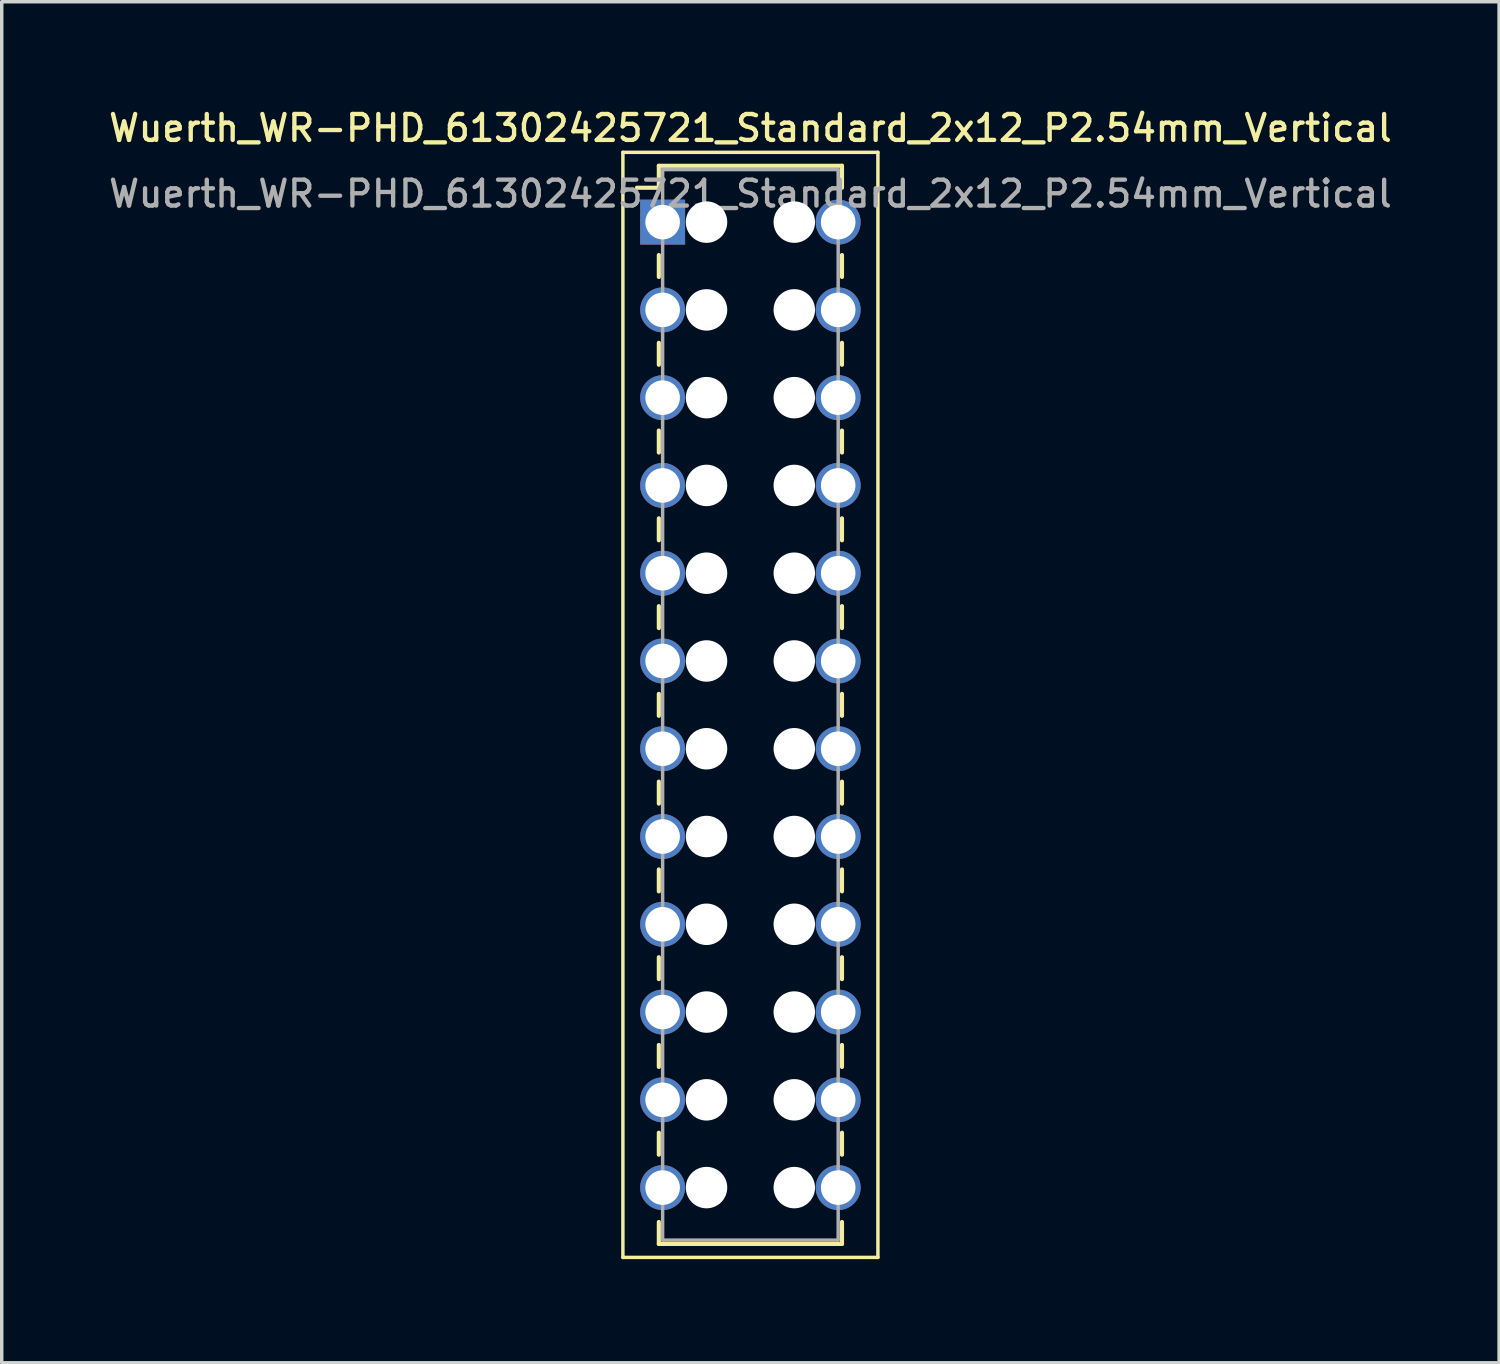
<source format=kicad_pcb>
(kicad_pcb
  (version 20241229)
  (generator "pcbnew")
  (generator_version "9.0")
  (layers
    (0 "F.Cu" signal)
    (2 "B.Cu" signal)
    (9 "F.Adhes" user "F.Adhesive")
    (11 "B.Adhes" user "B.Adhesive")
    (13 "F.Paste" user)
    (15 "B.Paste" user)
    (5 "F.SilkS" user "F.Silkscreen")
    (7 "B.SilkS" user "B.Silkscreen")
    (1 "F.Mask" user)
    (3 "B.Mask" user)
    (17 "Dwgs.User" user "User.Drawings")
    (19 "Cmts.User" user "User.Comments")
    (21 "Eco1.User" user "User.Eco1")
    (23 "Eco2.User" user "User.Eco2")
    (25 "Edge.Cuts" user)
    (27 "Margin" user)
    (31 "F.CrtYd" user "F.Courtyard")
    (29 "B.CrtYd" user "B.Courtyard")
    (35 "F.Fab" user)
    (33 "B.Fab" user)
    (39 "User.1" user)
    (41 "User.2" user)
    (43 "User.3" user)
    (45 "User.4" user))
  (footprint "Wuerth_WR-PHD_61302425721_Standard_2x12_P2.54mm_Vertical"
    (layer "F.Cu")
    (at 16.126 3.378)
    (property "Reference" "Wuerth_WR-PHD_61302425721_Standard_2x12_P2.54mm_Vertical" (at 2.54 -2.72 0) (layer "F.SilkS") (effects (font (size 0.75 0.75) (thickness 0.125))))
    (attr through_hole)
    (fp_line (start -1.15 -2.02) (end -1.15 29.96) (stroke (width 0.1) (type solid)) (layer "F.SilkS"))
    (fp_line (start -1.15 29.96) (end 6.23 29.96) (stroke (width 0.1) (type solid)) (layer "F.SilkS"))
    (fp_line (start -0.11 -1.63) (end -0.11 -0.995) (stroke (width 0.12) (type solid)) (layer "F.SilkS"))
    (fp_line (start -0.11 -1.63) (end 5.19 -1.63) (stroke (width 0.12) (type solid)) (layer "F.SilkS"))
    (fp_line (start -0.11 -0.995) (end -0.745 -0.995) (stroke (width 0.12) (type solid)) (layer "F.SilkS"))
    (fp_line (start -0.11 0.953) (end -0.11 1.587) (stroke (width 0.12) (type solid)) (layer "F.SilkS"))
    (fp_line (start -0.11 3.493) (end -0.11 4.128) (stroke (width 0.12) (type solid)) (layer "F.SilkS"))
    (fp_line (start -0.11 6.032) (end -0.11 6.668) (stroke (width 0.12) (type solid)) (layer "F.SilkS"))
    (fp_line (start -0.11 8.572) (end -0.11 9.207) (stroke (width 0.12) (type solid)) (layer "F.SilkS"))
    (fp_line (start -0.11 11.113) (end -0.11 11.748) (stroke (width 0.12) (type solid)) (layer "F.SilkS"))
    (fp_line (start -0.11 13.652) (end -0.11 14.287) (stroke (width 0.12) (type solid)) (layer "F.SilkS"))
    (fp_line (start -0.11 16.192) (end -0.11 16.828) (stroke (width 0.12) (type solid)) (layer "F.SilkS"))
    (fp_line (start -0.11 18.733) (end -0.11 19.367) (stroke (width 0.12) (type solid)) (layer "F.SilkS"))
    (fp_line (start -0.11 21.273) (end -0.11 21.907) (stroke (width 0.12) (type solid)) (layer "F.SilkS"))
    (fp_line (start -0.11 23.812) (end -0.11 24.448) (stroke (width 0.12) (type solid)) (layer "F.SilkS"))
    (fp_line (start -0.11 26.352) (end -0.11 26.988) (stroke (width 0.12) (type solid)) (layer "F.SilkS"))
    (fp_line (start -0.11 29.57) (end -0.11 28.935) (stroke (width 0.12) (type solid)) (layer "F.SilkS"))
    (fp_line (start -0.11 29.57) (end 5.19 29.57) (stroke (width 0.12) (type solid)) (layer "F.SilkS"))
    (fp_line (start 5.19 -1.63) (end 5.19 -0.995) (stroke (width 0.12) (type solid)) (layer "F.SilkS"))
    (fp_line (start 5.19 0.953) (end 5.19 1.587) (stroke (width 0.12) (type solid)) (layer "F.SilkS"))
    (fp_line (start 5.19 3.493) (end 5.19 4.128) (stroke (width 0.12) (type solid)) (layer "F.SilkS"))
    (fp_line (start 5.19 6.032) (end 5.19 6.668) (stroke (width 0.12) (type solid)) (layer "F.SilkS"))
    (fp_line (start 5.19 8.572) (end 5.19 9.207) (stroke (width 0.12) (type solid)) (layer "F.SilkS"))
    (fp_line (start 5.19 11.113) (end 5.19 11.748) (stroke (width 0.12) (type solid)) (layer "F.SilkS"))
    (fp_line (start 5.19 13.652) (end 5.19 14.287) (stroke (width 0.12) (type solid)) (layer "F.SilkS"))
    (fp_line (start 5.19 16.192) (end 5.19 16.828) (stroke (width 0.12) (type solid)) (layer "F.SilkS"))
    (fp_line (start 5.19 18.733) (end 5.19 19.367) (stroke (width 0.12) (type solid)) (layer "F.SilkS"))
    (fp_line (start 5.19 21.273) (end 5.19 21.907) (stroke (width 0.12) (type solid)) (layer "F.SilkS"))
    (fp_line (start 5.19 23.812) (end 5.19 24.448) (stroke (width 0.12) (type solid)) (layer "F.SilkS"))
    (fp_line (start 5.19 26.352) (end 5.19 26.988) (stroke (width 0.12) (type solid)) (layer "F.SilkS"))
    (fp_line (start 5.19 29.57) (end 5.19 28.935) (stroke (width 0.12) (type solid)) (layer "F.SilkS"))
    (fp_line (start 6.23 -2.02) (end -1.15 -2.02) (stroke (width 0.1) (type solid)) (layer "F.SilkS"))
    (fp_line (start 6.23 29.96) (end 6.23 -2.02) (stroke (width 0.1) (type solid)) (layer "F.SilkS"))
    (fp_line (start 0 -1.52) (end 0 29.46) (stroke (width 0.1) (type solid)) (layer "F.Fab"))
    (fp_line (start 0 29.46) (end 5.08 29.46) (stroke (width 0.1) (type solid)) (layer "F.Fab"))
    (fp_line (start 5.08 -1.52) (end 0 -1.52) (stroke (width 0.1) (type solid)) (layer "F.Fab"))
    (fp_line (start 5.08 29.46) (end 5.08 -1.52) (stroke (width 0.1) (type solid)) (layer "F.Fab"))
    (fp_text user "${REFERENCE}" (at 2.54 -0.82 0) (layer "F.Fab") (effects (font (size 0.75 0.75) (thickness 0.125))))
    (pad "" np_thru_hole circle (at 1.27 0) (size 1.2 1.2) (drill 1.2) (layers "*.Cu" "*.Mask"))
    (pad "" np_thru_hole circle (at 1.27 2.54) (size 1.2 1.2) (drill 1.2) (layers "*.Cu" "*.Mask"))
    (pad "" np_thru_hole circle (at 1.27 5.08) (size 1.2 1.2) (drill 1.2) (layers "*.Cu" "*.Mask"))
    (pad "" np_thru_hole circle (at 1.27 7.62) (size 1.2 1.2) (drill 1.2) (layers "*.Cu" "*.Mask"))
    (pad "" np_thru_hole circle (at 1.27 10.16) (size 1.2 1.2) (drill 1.2) (layers "*.Cu" "*.Mask"))
    (pad "" np_thru_hole circle (at 1.27 12.7) (size 1.2 1.2) (drill 1.2) (layers "*.Cu" "*.Mask"))
    (pad "" np_thru_hole circle (at 1.27 15.24) (size 1.2 1.2) (drill 1.2) (layers "*.Cu" "*.Mask"))
    (pad "" np_thru_hole circle (at 1.27 17.78) (size 1.2 1.2) (drill 1.2) (layers "*.Cu" "*.Mask"))
    (pad "" np_thru_hole circle (at 1.27 20.32) (size 1.2 1.2) (drill 1.2) (layers "*.Cu" "*.Mask"))
    (pad "" np_thru_hole circle (at 1.27 22.86) (size 1.2 1.2) (drill 1.2) (layers "*.Cu" "*.Mask"))
    (pad "" np_thru_hole circle (at 1.27 25.4) (size 1.2 1.2) (drill 1.2) (layers "*.Cu" "*.Mask"))
    (pad "" np_thru_hole circle (at 1.27 27.94) (size 1.2 1.2) (drill 1.2) (layers "*.Cu" "*.Mask"))
    (pad "" np_thru_hole circle (at 3.81 0) (size 1.2 1.2) (drill 1.2) (layers "*.Cu" "*.Mask"))
    (pad "" np_thru_hole circle (at 3.81 2.54) (size 1.2 1.2) (drill 1.2) (layers "*.Cu" "*.Mask"))
    (pad "" np_thru_hole circle (at 3.81 5.08) (size 1.2 1.2) (drill 1.2) (layers "*.Cu" "*.Mask"))
    (pad "" np_thru_hole circle (at 3.81 7.62) (size 1.2 1.2) (drill 1.2) (layers "*.Cu" "*.Mask"))
    (pad "" np_thru_hole circle (at 3.81 10.16) (size 1.2 1.2) (drill 1.2) (layers "*.Cu" "*.Mask"))
    (pad "" np_thru_hole circle (at 3.81 12.7) (size 1.2 1.2) (drill 1.2) (layers "*.Cu" "*.Mask"))
    (pad "" np_thru_hole circle (at 3.81 15.24) (size 1.2 1.2) (drill 1.2) (layers "*.Cu" "*.Mask"))
    (pad "" np_thru_hole circle (at 3.81 17.78) (size 1.2 1.2) (drill 1.2) (layers "*.Cu" "*.Mask"))
    (pad "" np_thru_hole circle (at 3.81 20.32) (size 1.2 1.2) (drill 1.2) (layers "*.Cu" "*.Mask"))
    (pad "" np_thru_hole circle (at 3.81 22.86) (size 1.2 1.2) (drill 1.2) (layers "*.Cu" "*.Mask"))
    (pad "" np_thru_hole circle (at 3.81 25.4) (size 1.2 1.2) (drill 1.2) (layers "*.Cu" "*.Mask"))
    (pad "" np_thru_hole circle (at 3.81 27.94) (size 1.2 1.2) (drill 1.2) (layers "*.Cu" "*.Mask"))
    (pad "1" thru_hole rect (at 0 0) (size 1.3 1.3) (drill 1) (layers "*.Cu" "*.Mask"))
    (pad "2" thru_hole circle (at 5.08 0) (size 1.3 1.3) (drill 1) (layers "*.Cu" "*.Mask"))
    (pad "3" thru_hole circle (at 0 2.54) (size 1.3 1.3) (drill 1) (layers "*.Cu" "*.Mask"))
    (pad "4" thru_hole circle (at 5.08 2.54) (size 1.3 1.3) (drill 1) (layers "*.Cu" "*.Mask"))
    (pad "5" thru_hole circle (at 0 5.08) (size 1.3 1.3) (drill 1) (layers "*.Cu" "*.Mask"))
    (pad "6" thru_hole circle (at 5.08 5.08) (size 1.3 1.3) (drill 1) (layers "*.Cu" "*.Mask"))
    (pad "7" thru_hole circle (at 0 7.62) (size 1.3 1.3) (drill 1) (layers "*.Cu" "*.Mask"))
    (pad "8" thru_hole circle (at 5.08 7.62) (size 1.3 1.3) (drill 1) (layers "*.Cu" "*.Mask"))
    (pad "9" thru_hole circle (at 0 10.16) (size 1.3 1.3) (drill 1) (layers "*.Cu" "*.Mask"))
    (pad "10" thru_hole circle (at 5.08 10.16) (size 1.3 1.3) (drill 1) (layers "*.Cu" "*.Mask"))
    (pad "11" thru_hole circle (at 0 12.7) (size 1.3 1.3) (drill 1) (layers "*.Cu" "*.Mask"))
    (pad "12" thru_hole circle (at 5.08 12.7) (size 1.3 1.3) (drill 1) (layers "*.Cu" "*.Mask"))
    (pad "13" thru_hole circle (at 0 15.24) (size 1.3 1.3) (drill 1) (layers "*.Cu" "*.Mask"))
    (pad "14" thru_hole circle (at 5.08 15.24) (size 1.3 1.3) (drill 1) (layers "*.Cu" "*.Mask"))
    (pad "15" thru_hole circle (at 0 17.78) (size 1.3 1.3) (drill 1) (layers "*.Cu" "*.Mask"))
    (pad "16" thru_hole circle (at 5.08 17.78) (size 1.3 1.3) (drill 1) (layers "*.Cu" "*.Mask"))
    (pad "17" thru_hole circle (at 0 20.32) (size 1.3 1.3) (drill 1) (layers "*.Cu" "*.Mask"))
    (pad "18" thru_hole circle (at 5.08 20.32) (size 1.3 1.3) (drill 1) (layers "*.Cu" "*.Mask"))
    (pad "19" thru_hole circle (at 0 22.86) (size 1.3 1.3) (drill 1) (layers "*.Cu" "*.Mask"))
    (pad "20" thru_hole circle (at 5.08 22.86) (size 1.3 1.3) (drill 1) (layers "*.Cu" "*.Mask"))
    (pad "21" thru_hole circle (at 0 25.4) (size 1.3 1.3) (drill 1) (layers "*.Cu" "*.Mask"))
    (pad "22" thru_hole circle (at 5.08 25.4) (size 1.3 1.3) (drill 1) (layers "*.Cu" "*.Mask"))
    (pad "23" thru_hole circle (at 0 27.94) (size 1.3 1.3) (drill 1) (layers "*.Cu" "*.Mask"))
    (pad "24" thru_hole circle (at 5.08 27.94) (size 1.3 1.3) (drill 1) (layers "*.Cu" "*.Mask")))
  (gr_rect
    (start -3 -3)
    (end 40.332 36.388)
    (stroke (width 0.1) (type default))
    (fill no)
    (layer "Edge.Cuts")))
</source>
